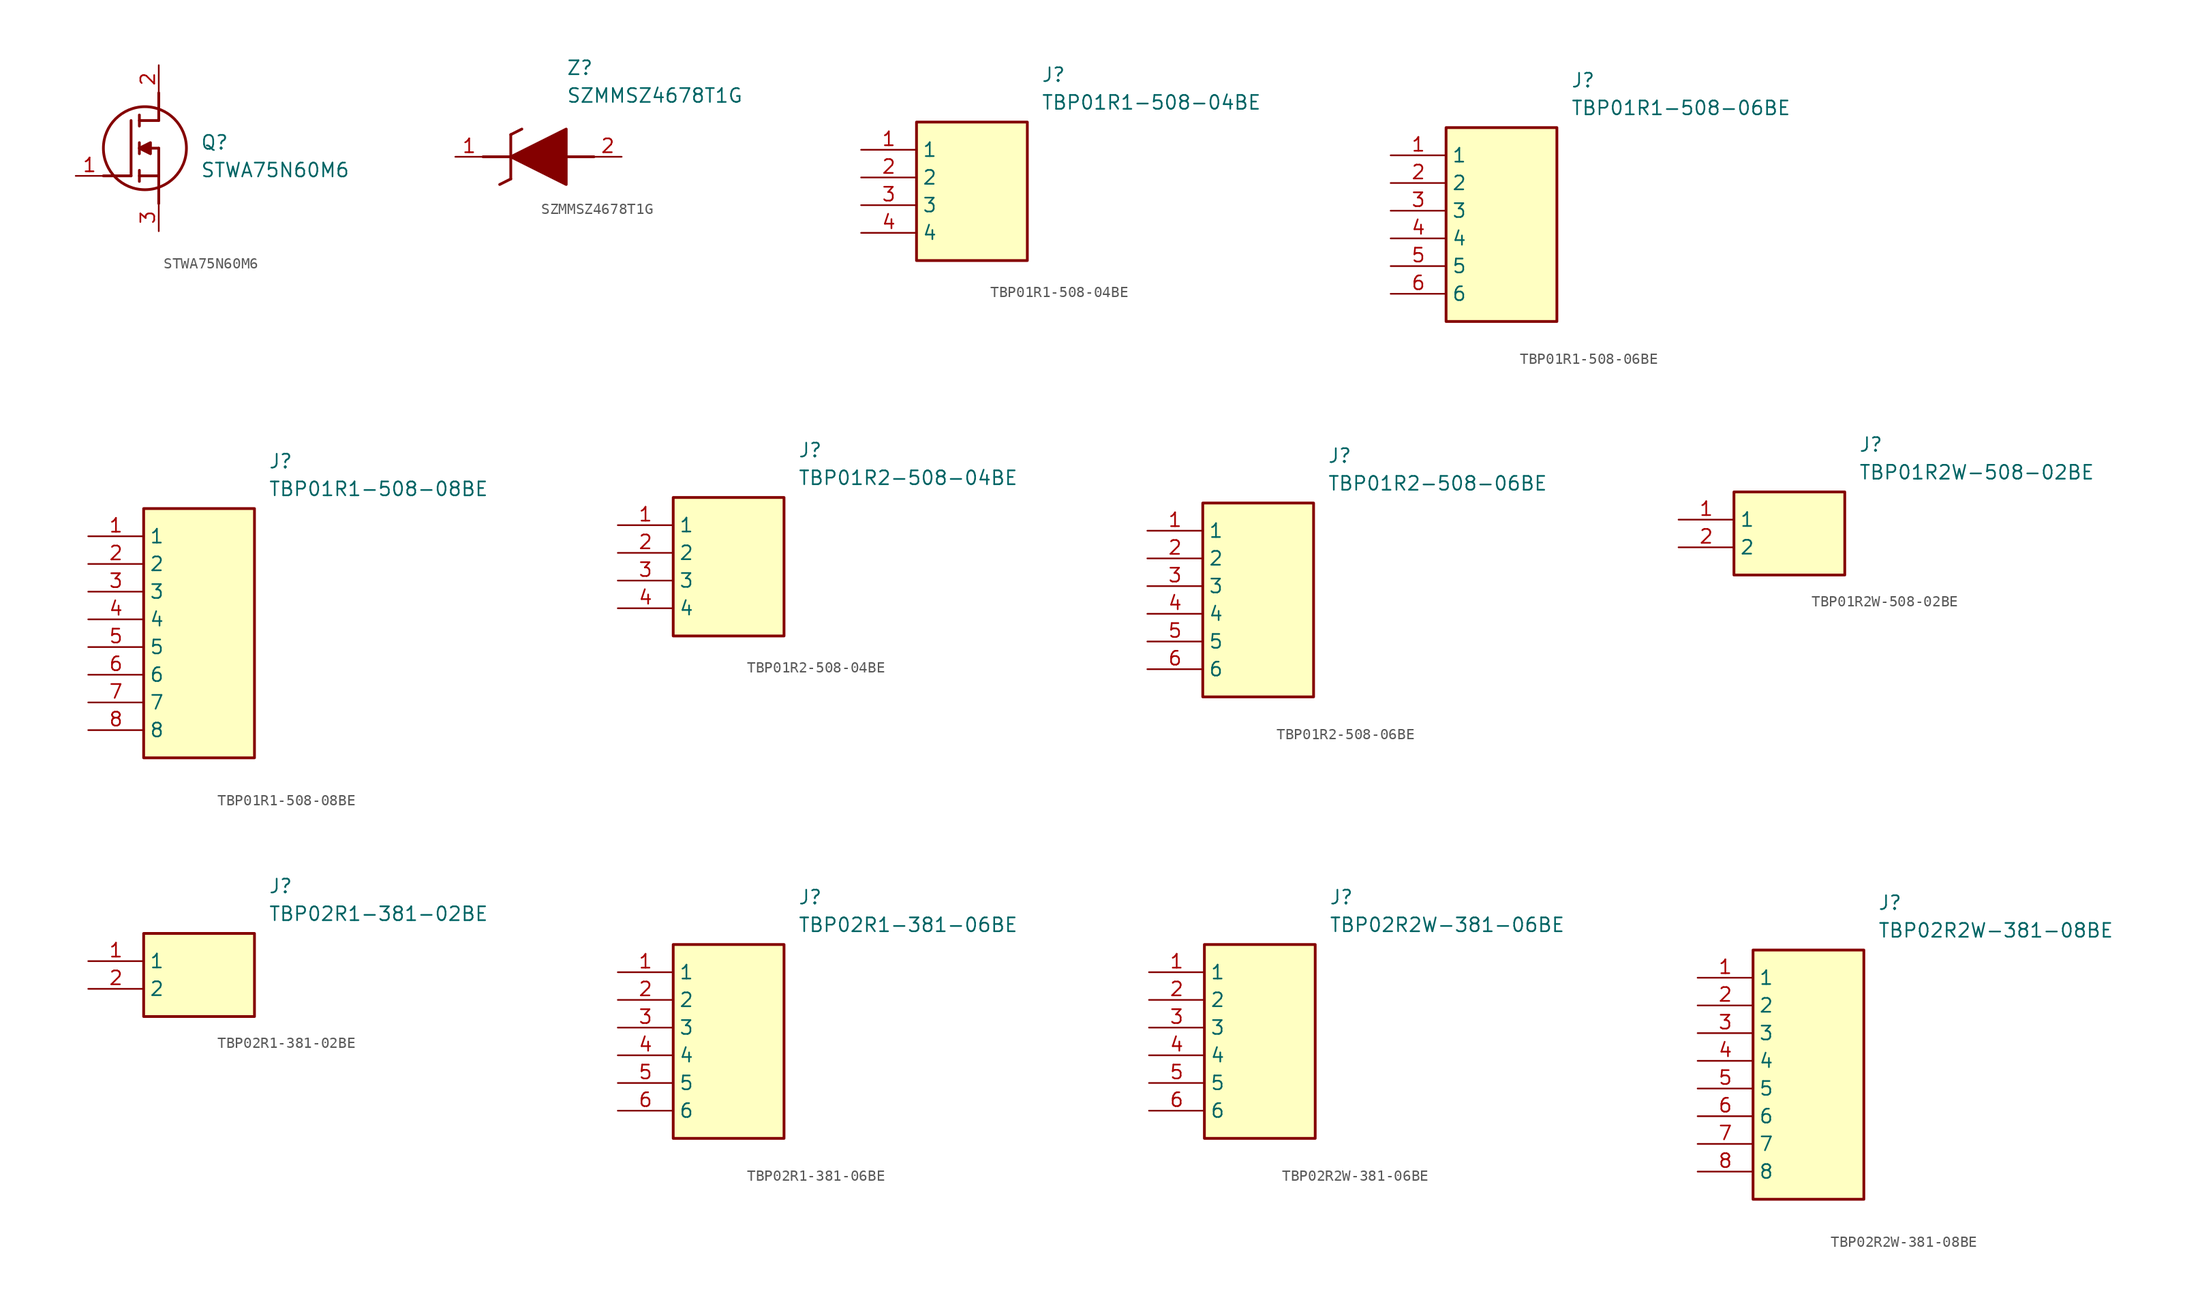
<source format=kicad_sym>
(kicad_symbol_lib
  (version 20241209)
  (generator "kicad_symbol_editor")
  (generator_version "9.0")
  (symbol "STWA75N60M6"
    (pin_names
      (hide yes))
    (property "Reference" "Q"
      (at 11.43 3.81 0)
      (effects (font (size 1.27 1.27)) (justify left top)))
    (property "Value" "STWA75N60M6"
      (at 11.43 1.27 0)
      (effects (font (size 1.27 1.27)) (justify left top)))
    (symbol "STWA75N60M6_1_1"
      (polyline (pts (xy 2.54 0) (xy 5.08 0)) (stroke (width 0.254) (type default)) (fill (type none)))
      (polyline (pts (xy 5.08 5.08) (xy 5.08 0)) (stroke (width 0.254) (type default)) (fill (type none)))
      (polyline (pts (xy 5.842 5.588) (xy 5.842 4.572)) (stroke (width 0.254) (type default)) (fill (type none)))
      (polyline (pts (xy 5.842 2.54) (xy 6.858 3.048) (xy 6.858 2.032) (xy 5.842 2.54)) (stroke (width 0.254) (type default)) (fill (type outline)))
      (polyline (pts (xy 5.842 2.032) (xy 5.842 3.048)) (stroke (width 0.254) (type default)) (fill (type none)))
      (polyline (pts (xy 5.842 0) (xy 7.62 0)) (stroke (width 0.254) (type default)) (fill (type none)))
      (polyline (pts (xy 5.842 -0.508) (xy 5.842 0.508)) (stroke (width 0.254) (type default)) (fill (type none)))
      (circle (center 6.35 2.54) (radius 3.81) (stroke (width 0.254) (type default)) (fill (type none)))
      (polyline (pts (xy 7.62 5.08) (xy 5.842 5.08)) (stroke (width 0.254) (type default)) (fill (type none)))
      (polyline (pts (xy 7.62 5.08) (xy 7.62 7.62)) (stroke (width 0.254) (type default)) (fill (type none)))
      (polyline (pts (xy 7.62 2.54) (xy 5.842 2.54)) (stroke (width 0.254) (type default)) (fill (type none)))
      (polyline (pts (xy 7.62 2.54) (xy 7.62 -2.54)) (stroke (width 0.254) (type default)) (fill (type none)))
      (pin passive line (at 0 0 0) (length 2.54) (name "G" (effects (font (size 1.27 1.27)))) (number "1" (effects (font (size 1.27 1.27)))))
      (pin passive line (at 7.62 10.16 270) (length 2.54) (name "D" (effects (font (size 1.27 1.27)))) (number "2" (effects (font (size 1.27 1.27)))))
      (pin passive line (at 7.62 -5.08 90) (length 2.54) (name "S" (effects (font (size 1.27 1.27)))) (number "3" (effects (font (size 1.27 1.27)))))))
  (symbol "SZMMSZ4678T1G"
    (pin_names
      (hide yes))
    (property "Reference" "Z"
      (at 10.16 8.89 0)
      (effects (font (size 1.27 1.27)) (justify left top)))
    (property "Value" "SZMMSZ4678T1G"
      (at 10.16 6.35 0)
      (effects (font (size 1.27 1.27)) (justify left top)))
    (symbol "SZMMSZ4678T1G_1_1"
      (polyline (pts (xy 2.54 0) (xy 5.08 0)) (stroke (width 0.254) (type default)) (fill (type none)))
      (polyline (pts (xy 4.064 -2.54) (xy 5.08 -2.032)) (stroke (width 0.254) (type default)) (fill (type none)))
      (polyline (pts (xy 5.08 2.032) (xy 5.08 -2.032)) (stroke (width 0.254) (type default)) (fill (type none)))
      (polyline (pts (xy 5.08 2.032) (xy 6.096 2.54)) (stroke (width 0.254) (type default)) (fill (type none)))
      (polyline (pts (xy 5.08 0) (xy 10.16 2.54) (xy 10.16 -2.54) (xy 5.08 0)) (stroke (width 0.254) (type default)) (fill (type outline)))
      (polyline (pts (xy 12.7 0) (xy 10.16 0)) (stroke (width 0.254) (type default)) (fill (type none)))
      (pin passive line (at 0 0 0) (length 2.54) (name "K" (effects (font (size 1.27 1.27)))) (number "1" (effects (font (size 1.27 1.27)))))
      (pin passive line (at 15.24 0 180) (length 2.54) (name "A" (effects (font (size 1.27 1.27)))) (number "2" (effects (font (size 1.27 1.27)))))))
  (symbol "TBP01R1-508-04BE"
    (property "Reference" "J"
      (at 16.51 7.62 0)
      (effects (font (size 1.27 1.27)) (justify left top)))
    (property "Value" "TBP01R1-508-04BE"
      (at 16.51 5.08 0)
      (effects (font (size 1.27 1.27)) (justify left top)))
    (symbol "TBP01R1-508-04BE_1_1"
      (rectangle (start 5.08 2.54) (end 15.24 -10.16) (stroke (width 0.254) (type default)) (fill (type background)))
      (pin passive line (at 0 0 0) (length 5.08) (name "1" (effects (font (size 1.27 1.27)))) (number "1" (effects (font (size 1.27 1.27)))))
      (pin passive line (at 0 -2.54 0) (length 5.08) (name "2" (effects (font (size 1.27 1.27)))) (number "2" (effects (font (size 1.27 1.27)))))
      (pin passive line (at 0 -5.08 0) (length 5.08) (name "3" (effects (font (size 1.27 1.27)))) (number "3" (effects (font (size 1.27 1.27)))))
      (pin passive line (at 0 -7.62 0) (length 5.08) (name "4" (effects (font (size 1.27 1.27)))) (number "4" (effects (font (size 1.27 1.27)))))))
  (symbol "TBP01R1-508-06BE"
    (property "Reference" "J"
      (at 16.51 7.62 0)
      (effects (font (size 1.27 1.27)) (justify left top)))
    (property "Value" "TBP01R1-508-06BE"
      (at 16.51 5.08 0)
      (effects (font (size 1.27 1.27)) (justify left top)))
    (symbol "TBP01R1-508-06BE_1_1"
      (rectangle (start 5.08 2.54) (end 15.24 -15.24) (stroke (width 0.254) (type default)) (fill (type background)))
      (pin passive line (at 0 0 0) (length 5.08) (name "1" (effects (font (size 1.27 1.27)))) (number "1" (effects (font (size 1.27 1.27)))))
      (pin passive line (at 0 -2.54 0) (length 5.08) (name "2" (effects (font (size 1.27 1.27)))) (number "2" (effects (font (size 1.27 1.27)))))
      (pin passive line (at 0 -5.08 0) (length 5.08) (name "3" (effects (font (size 1.27 1.27)))) (number "3" (effects (font (size 1.27 1.27)))))
      (pin passive line (at 0 -7.62 0) (length 5.08) (name "4" (effects (font (size 1.27 1.27)))) (number "4" (effects (font (size 1.27 1.27)))))
      (pin passive line (at 0 -10.16 0) (length 5.08) (name "5" (effects (font (size 1.27 1.27)))) (number "5" (effects (font (size 1.27 1.27)))))
      (pin passive line (at 0 -12.7 0) (length 5.08) (name "6" (effects (font (size 1.27 1.27)))) (number "6" (effects (font (size 1.27 1.27)))))))
  (symbol "TBP01R1-508-08BE"
    (property "Reference" "J"
      (at 16.51 7.62 0)
      (effects (font (size 1.27 1.27)) (justify left top)))
    (property "Value" "TBP01R1-508-08BE"
      (at 16.51 5.08 0)
      (effects (font (size 1.27 1.27)) (justify left top)))
    (symbol "TBP01R1-508-08BE_1_1"
      (rectangle (start 5.08 2.54) (end 15.24 -20.32) (stroke (width 0.254) (type default)) (fill (type background)))
      (pin passive line (at 0 0 0) (length 5.08) (name "1" (effects (font (size 1.27 1.27)))) (number "1" (effects (font (size 1.27 1.27)))))
      (pin passive line (at 0 -2.54 0) (length 5.08) (name "2" (effects (font (size 1.27 1.27)))) (number "2" (effects (font (size 1.27 1.27)))))
      (pin passive line (at 0 -5.08 0) (length 5.08) (name "3" (effects (font (size 1.27 1.27)))) (number "3" (effects (font (size 1.27 1.27)))))
      (pin passive line (at 0 -7.62 0) (length 5.08) (name "4" (effects (font (size 1.27 1.27)))) (number "4" (effects (font (size 1.27 1.27)))))
      (pin passive line (at 0 -10.16 0) (length 5.08) (name "5" (effects (font (size 1.27 1.27)))) (number "5" (effects (font (size 1.27 1.27)))))
      (pin passive line (at 0 -12.7 0) (length 5.08) (name "6" (effects (font (size 1.27 1.27)))) (number "6" (effects (font (size 1.27 1.27)))))
      (pin passive line (at 0 -15.24 0) (length 5.08) (name "7" (effects (font (size 1.27 1.27)))) (number "7" (effects (font (size 1.27 1.27)))))
      (pin passive line (at 0 -17.78 0) (length 5.08) (name "8" (effects (font (size 1.27 1.27)))) (number "8" (effects (font (size 1.27 1.27)))))))
  (symbol "TBP01R2-508-04BE"
    (property "Reference" "J"
      (at 16.51 7.62 0)
      (effects (font (size 1.27 1.27)) (justify left top)))
    (property "Value" "TBP01R2-508-04BE"
      (at 16.51 5.08 0)
      (effects (font (size 1.27 1.27)) (justify left top)))
    (symbol "TBP01R2-508-04BE_1_1"
      (rectangle (start 5.08 2.54) (end 15.24 -10.16) (stroke (width 0.254) (type default)) (fill (type background)))
      (pin passive line (at 0 0 0) (length 5.08) (name "1" (effects (font (size 1.27 1.27)))) (number "1" (effects (font (size 1.27 1.27)))))
      (pin passive line (at 0 -2.54 0) (length 5.08) (name "2" (effects (font (size 1.27 1.27)))) (number "2" (effects (font (size 1.27 1.27)))))
      (pin passive line (at 0 -5.08 0) (length 5.08) (name "3" (effects (font (size 1.27 1.27)))) (number "3" (effects (font (size 1.27 1.27)))))
      (pin passive line (at 0 -7.62 0) (length 5.08) (name "4" (effects (font (size 1.27 1.27)))) (number "4" (effects (font (size 1.27 1.27)))))))
  (symbol "TBP01R2-508-06BE"
    (property "Reference" "J"
      (at 16.51 7.62 0)
      (effects (font (size 1.27 1.27)) (justify left top)))
    (property "Value" "TBP01R2-508-06BE"
      (at 16.51 5.08 0)
      (effects (font (size 1.27 1.27)) (justify left top)))
    (symbol "TBP01R2-508-06BE_1_1"
      (rectangle (start 5.08 2.54) (end 15.24 -15.24) (stroke (width 0.254) (type default)) (fill (type background)))
      (pin passive line (at 0 0 0) (length 5.08) (name "1" (effects (font (size 1.27 1.27)))) (number "1" (effects (font (size 1.27 1.27)))))
      (pin passive line (at 0 -2.54 0) (length 5.08) (name "2" (effects (font (size 1.27 1.27)))) (number "2" (effects (font (size 1.27 1.27)))))
      (pin passive line (at 0 -5.08 0) (length 5.08) (name "3" (effects (font (size 1.27 1.27)))) (number "3" (effects (font (size 1.27 1.27)))))
      (pin passive line (at 0 -7.62 0) (length 5.08) (name "4" (effects (font (size 1.27 1.27)))) (number "4" (effects (font (size 1.27 1.27)))))
      (pin passive line (at 0 -10.16 0) (length 5.08) (name "5" (effects (font (size 1.27 1.27)))) (number "5" (effects (font (size 1.27 1.27)))))
      (pin passive line (at 0 -12.7 0) (length 5.08) (name "6" (effects (font (size 1.27 1.27)))) (number "6" (effects (font (size 1.27 1.27)))))))
  (symbol "TBP01R2W-508-02BE"
    (property "Reference" "J"
      (at 16.51 7.62 0)
      (effects (font (size 1.27 1.27)) (justify left top)))
    (property "Value" "TBP01R2W-508-02BE"
      (at 16.51 5.08 0)
      (effects (font (size 1.27 1.27)) (justify left top)))
    (symbol "TBP01R2W-508-02BE_1_1"
      (rectangle (start 5.08 2.54) (end 15.24 -5.08) (stroke (width 0.254) (type default)) (fill (type background)))
      (pin passive line (at 0 0 0) (length 5.08) (name "1" (effects (font (size 1.27 1.27)))) (number "1" (effects (font (size 1.27 1.27)))))
      (pin passive line (at 0 -2.54 0) (length 5.08) (name "2" (effects (font (size 1.27 1.27)))) (number "2" (effects (font (size 1.27 1.27)))))))
  (symbol "TBP02R1-381-02BE"
    (property "Reference" "J"
      (at 16.51 7.62 0)
      (effects (font (size 1.27 1.27)) (justify left top)))
    (property "Value" "TBP02R1-381-02BE"
      (at 16.51 5.08 0)
      (effects (font (size 1.27 1.27)) (justify left top)))
    (symbol "TBP02R1-381-02BE_1_1"
      (rectangle (start 5.08 2.54) (end 15.24 -5.08) (stroke (width 0.254) (type default)) (fill (type background)))
      (pin passive line (at 0 0 0) (length 5.08) (name "1" (effects (font (size 1.27 1.27)))) (number "1" (effects (font (size 1.27 1.27)))))
      (pin passive line (at 0 -2.54 0) (length 5.08) (name "2" (effects (font (size 1.27 1.27)))) (number "2" (effects (font (size 1.27 1.27)))))))
  (symbol "TBP02R1-381-06BE"
    (property "Reference" "J"
      (at 16.51 7.62 0)
      (effects (font (size 1.27 1.27)) (justify left top)))
    (property "Value" "TBP02R1-381-06BE"
      (at 16.51 5.08 0)
      (effects (font (size 1.27 1.27)) (justify left top)))
    (symbol "TBP02R1-381-06BE_1_1"
      (rectangle (start 5.08 2.54) (end 15.24 -15.24) (stroke (width 0.254) (type default)) (fill (type background)))
      (pin passive line (at 0 0 0) (length 5.08) (name "1" (effects (font (size 1.27 1.27)))) (number "1" (effects (font (size 1.27 1.27)))))
      (pin passive line (at 0 -2.54 0) (length 5.08) (name "2" (effects (font (size 1.27 1.27)))) (number "2" (effects (font (size 1.27 1.27)))))
      (pin passive line (at 0 -5.08 0) (length 5.08) (name "3" (effects (font (size 1.27 1.27)))) (number "3" (effects (font (size 1.27 1.27)))))
      (pin passive line (at 0 -7.62 0) (length 5.08) (name "4" (effects (font (size 1.27 1.27)))) (number "4" (effects (font (size 1.27 1.27)))))
      (pin passive line (at 0 -10.16 0) (length 5.08) (name "5" (effects (font (size 1.27 1.27)))) (number "5" (effects (font (size 1.27 1.27)))))
      (pin passive line (at 0 -12.7 0) (length 5.08) (name "6" (effects (font (size 1.27 1.27)))) (number "6" (effects (font (size 1.27 1.27)))))))
  (symbol "TBP02R2W-381-06BE"
    (property "Reference" "J"
      (at 16.51 7.62 0)
      (effects (font (size 1.27 1.27)) (justify left top)))
    (property "Value" "TBP02R2W-381-06BE"
      (at 16.51 5.08 0)
      (effects (font (size 1.27 1.27)) (justify left top)))
    (symbol "TBP02R2W-381-06BE_1_1"
      (rectangle (start 5.08 2.54) (end 15.24 -15.24) (stroke (width 0.254) (type default)) (fill (type background)))
      (pin passive line (at 0 0 0) (length 5.08) (name "1" (effects (font (size 1.27 1.27)))) (number "1" (effects (font (size 1.27 1.27)))))
      (pin passive line (at 0 -2.54 0) (length 5.08) (name "2" (effects (font (size 1.27 1.27)))) (number "2" (effects (font (size 1.27 1.27)))))
      (pin passive line (at 0 -5.08 0) (length 5.08) (name "3" (effects (font (size 1.27 1.27)))) (number "3" (effects (font (size 1.27 1.27)))))
      (pin passive line (at 0 -7.62 0) (length 5.08) (name "4" (effects (font (size 1.27 1.27)))) (number "4" (effects (font (size 1.27 1.27)))))
      (pin passive line (at 0 -10.16 0) (length 5.08) (name "5" (effects (font (size 1.27 1.27)))) (number "5" (effects (font (size 1.27 1.27)))))
      (pin passive line (at 0 -12.7 0) (length 5.08) (name "6" (effects (font (size 1.27 1.27)))) (number "6" (effects (font (size 1.27 1.27)))))))
  (symbol "TBP02R2W-381-08BE"
    (property "Reference" "J"
      (at 16.51 7.62 0)
      (effects (font (size 1.27 1.27)) (justify left top)))
    (property "Value" "TBP02R2W-381-08BE"
      (at 16.51 5.08 0)
      (effects (font (size 1.27 1.27)) (justify left top)))
    (symbol "TBP02R2W-381-08BE_1_1"
      (rectangle (start 5.08 2.54) (end 15.24 -20.32) (stroke (width 0.254) (type default)) (fill (type background)))
      (pin passive line (at 0 0 0) (length 5.08) (name "1" (effects (font (size 1.27 1.27)))) (number "1" (effects (font (size 1.27 1.27)))))
      (pin passive line (at 0 -2.54 0) (length 5.08) (name "2" (effects (font (size 1.27 1.27)))) (number "2" (effects (font (size 1.27 1.27)))))
      (pin passive line (at 0 -5.08 0) (length 5.08) (name "3" (effects (font (size 1.27 1.27)))) (number "3" (effects (font (size 1.27 1.27)))))
      (pin passive line (at 0 -7.62 0) (length 5.08) (name "4" (effects (font (size 1.27 1.27)))) (number "4" (effects (font (size 1.27 1.27)))))
      (pin passive line (at 0 -10.16 0) (length 5.08) (name "5" (effects (font (size 1.27 1.27)))) (number "5" (effects (font (size 1.27 1.27)))))
      (pin passive line (at 0 -12.7 0) (length 5.08) (name "6" (effects (font (size 1.27 1.27)))) (number "6" (effects (font (size 1.27 1.27)))))
      (pin passive line (at 0 -15.24 0) (length 5.08) (name "7" (effects (font (size 1.27 1.27)))) (number "7" (effects (font (size 1.27 1.27)))))
      (pin passive line (at 0 -17.78 0) (length 5.08) (name "8" (effects (font (size 1.27 1.27)))) (number "8" (effects (font (size 1.27 1.27))))))))
</source>
